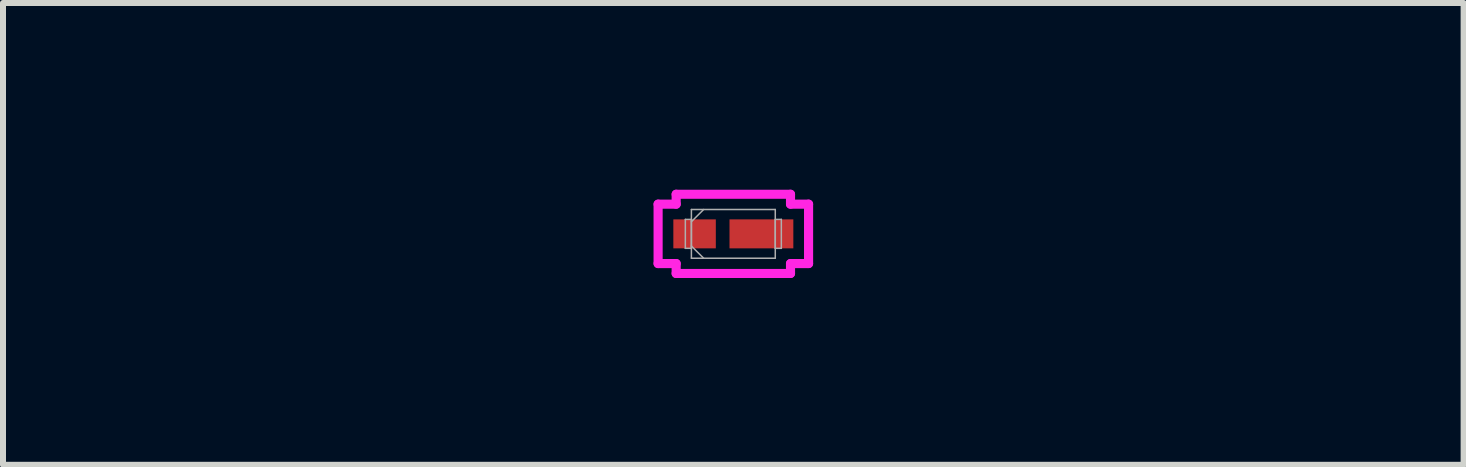
<source format=kicad_pcb>
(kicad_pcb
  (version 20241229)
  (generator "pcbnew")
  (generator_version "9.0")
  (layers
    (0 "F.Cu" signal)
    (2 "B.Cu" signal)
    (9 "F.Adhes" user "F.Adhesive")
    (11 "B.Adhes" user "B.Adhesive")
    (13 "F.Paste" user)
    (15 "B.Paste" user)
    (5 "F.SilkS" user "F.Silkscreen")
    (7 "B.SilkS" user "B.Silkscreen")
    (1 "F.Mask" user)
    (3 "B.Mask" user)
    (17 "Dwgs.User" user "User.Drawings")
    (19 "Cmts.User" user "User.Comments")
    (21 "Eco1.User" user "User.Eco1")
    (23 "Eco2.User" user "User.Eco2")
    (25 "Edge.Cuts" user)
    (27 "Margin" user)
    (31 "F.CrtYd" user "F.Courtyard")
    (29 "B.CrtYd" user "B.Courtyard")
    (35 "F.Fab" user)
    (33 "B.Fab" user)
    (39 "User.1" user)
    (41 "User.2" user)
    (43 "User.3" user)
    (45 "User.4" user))
  (footprint "LED_KW DELPS2.RA_OSR"
    (layer "F.Cu")
    (at 9.173 0.848)
    (property "Reference" "LED_KW DELPS2.RA_OSR" (at 0 0 0) (unlocked yes) (layer "User.4") (effects (font (size 1 1) (thickness 0.15))))
    (attr smd)
    (fp_line (start -1.254 -0.495) (end -0.953 -0.495) (stroke (width 0.152) (type solid)) (layer "F.CrtYd"))
    (fp_line (start -1.254 0.495) (end -1.254 -0.495) (stroke (width 0.152) (type solid)) (layer "F.CrtYd"))
    (fp_line (start -0.953 -0.66) (end 0.953 -0.66) (stroke (width 0.152) (type solid)) (layer "F.CrtYd"))
    (fp_line (start -0.953 -0.495) (end -0.953 -0.66) (stroke (width 0.152) (type solid)) (layer "F.CrtYd"))
    (fp_line (start -0.953 0.495) (end -1.254 0.495) (stroke (width 0.152) (type solid)) (layer "F.CrtYd"))
    (fp_line (start -0.953 0.66) (end -0.953 0.495) (stroke (width 0.152) (type solid)) (layer "F.CrtYd"))
    (fp_line (start 0.953 -0.66) (end 0.953 -0.495) (stroke (width 0.152) (type solid)) (layer "F.CrtYd"))
    (fp_line (start 0.953 -0.495) (end 1.254 -0.495) (stroke (width 0.152) (type solid)) (layer "F.CrtYd"))
    (fp_line (start 0.953 0.495) (end 0.953 0.66) (stroke (width 0.152) (type solid)) (layer "F.CrtYd"))
    (fp_line (start 0.953 0.66) (end -0.953 0.66) (stroke (width 0.152) (type solid)) (layer "F.CrtYd"))
    (fp_line (start 1.254 -0.495) (end 1.254 0.495) (stroke (width 0.152) (type solid)) (layer "F.CrtYd"))
    (fp_line (start 1.254 0.495) (end 0.953 0.495) (stroke (width 0.152) (type solid)) (layer "F.CrtYd"))
    (fp_line (start -0.8 -0.241) (end -0.8 0.241) (stroke (width 0.025) (type solid)) (layer "F.Fab"))
    (fp_line (start -0.8 0.241) (end -0.699 0.241) (stroke (width 0.025) (type solid)) (layer "F.Fab"))
    (fp_line (start -0.699 -0.406) (end -0.699 0.406) (stroke (width 0.025) (type solid)) (layer "F.Fab"))
    (fp_line (start -0.699 -0.241) (end -0.8 -0.241) (stroke (width 0.025) (type solid)) (layer "F.Fab"))
    (fp_line (start -0.699 -0.203) (end -0.495 -0.406) (stroke (width 0.025) (type solid)) (layer "F.Fab"))
    (fp_line (start -0.699 0.203) (end -0.495 0.406) (stroke (width 0.025) (type solid)) (layer "F.Fab"))
    (fp_line (start -0.699 0.241) (end -0.699 -0.241) (stroke (width 0.025) (type solid)) (layer "F.Fab"))
    (fp_line (start -0.699 0.406) (end 0.699 0.406) (stroke (width 0.025) (type solid)) (layer "F.Fab"))
    (fp_line (start 0.699 -0.406) (end -0.699 -0.406) (stroke (width 0.025) (type solid)) (layer "F.Fab"))
    (fp_line (start 0.699 -0.241) (end 0.699 0.241) (stroke (width 0.025) (type solid)) (layer "F.Fab"))
    (fp_line (start 0.699 0.241) (end 0.8 0.241) (stroke (width 0.025) (type solid)) (layer "F.Fab"))
    (fp_line (start 0.699 0.406) (end 0.699 -0.406) (stroke (width 0.025) (type solid)) (layer "F.Fab"))
    (fp_line (start 0.8 -0.241) (end 0.699 -0.241) (stroke (width 0.025) (type solid)) (layer "F.Fab"))
    (fp_line (start 0.8 0.241) (end 0.8 -0.241) (stroke (width 0.025) (type solid)) (layer "F.Fab"))
    (pad "1" smd rect (at -0.646 0) (size 0.708 0.483) (layers "F.Cu" "F.Mask" "F.Paste"))
    (pad "2" smd rect (at 0.468 0) (size 1.064 0.483) (layers "F.Cu" "F.Mask" "F.Paste"))
    (zone (net_name "") (layer "F.Cu") (hatch full 0.1) (connect_pads) (min_thickness 0.254) (filled_areas_thickness no) (keepout (tracks not_allowed) (vias not_allowed) (pads allowed) (copperpour not_allowed) (footprints allowed)) (placement (enabled no)) (fill) (polygon (pts (xy 8.931 0.493) (xy 9.058 0.493) (xy 9.058 1.204) (xy 8.931 1.204)))))
  (gr_rect
    (start -3 -3)
    (end 21.345 4.697)
    (stroke (width 0.1) (type default))
    (fill no)
    (layer "Edge.Cuts")))
</source>
